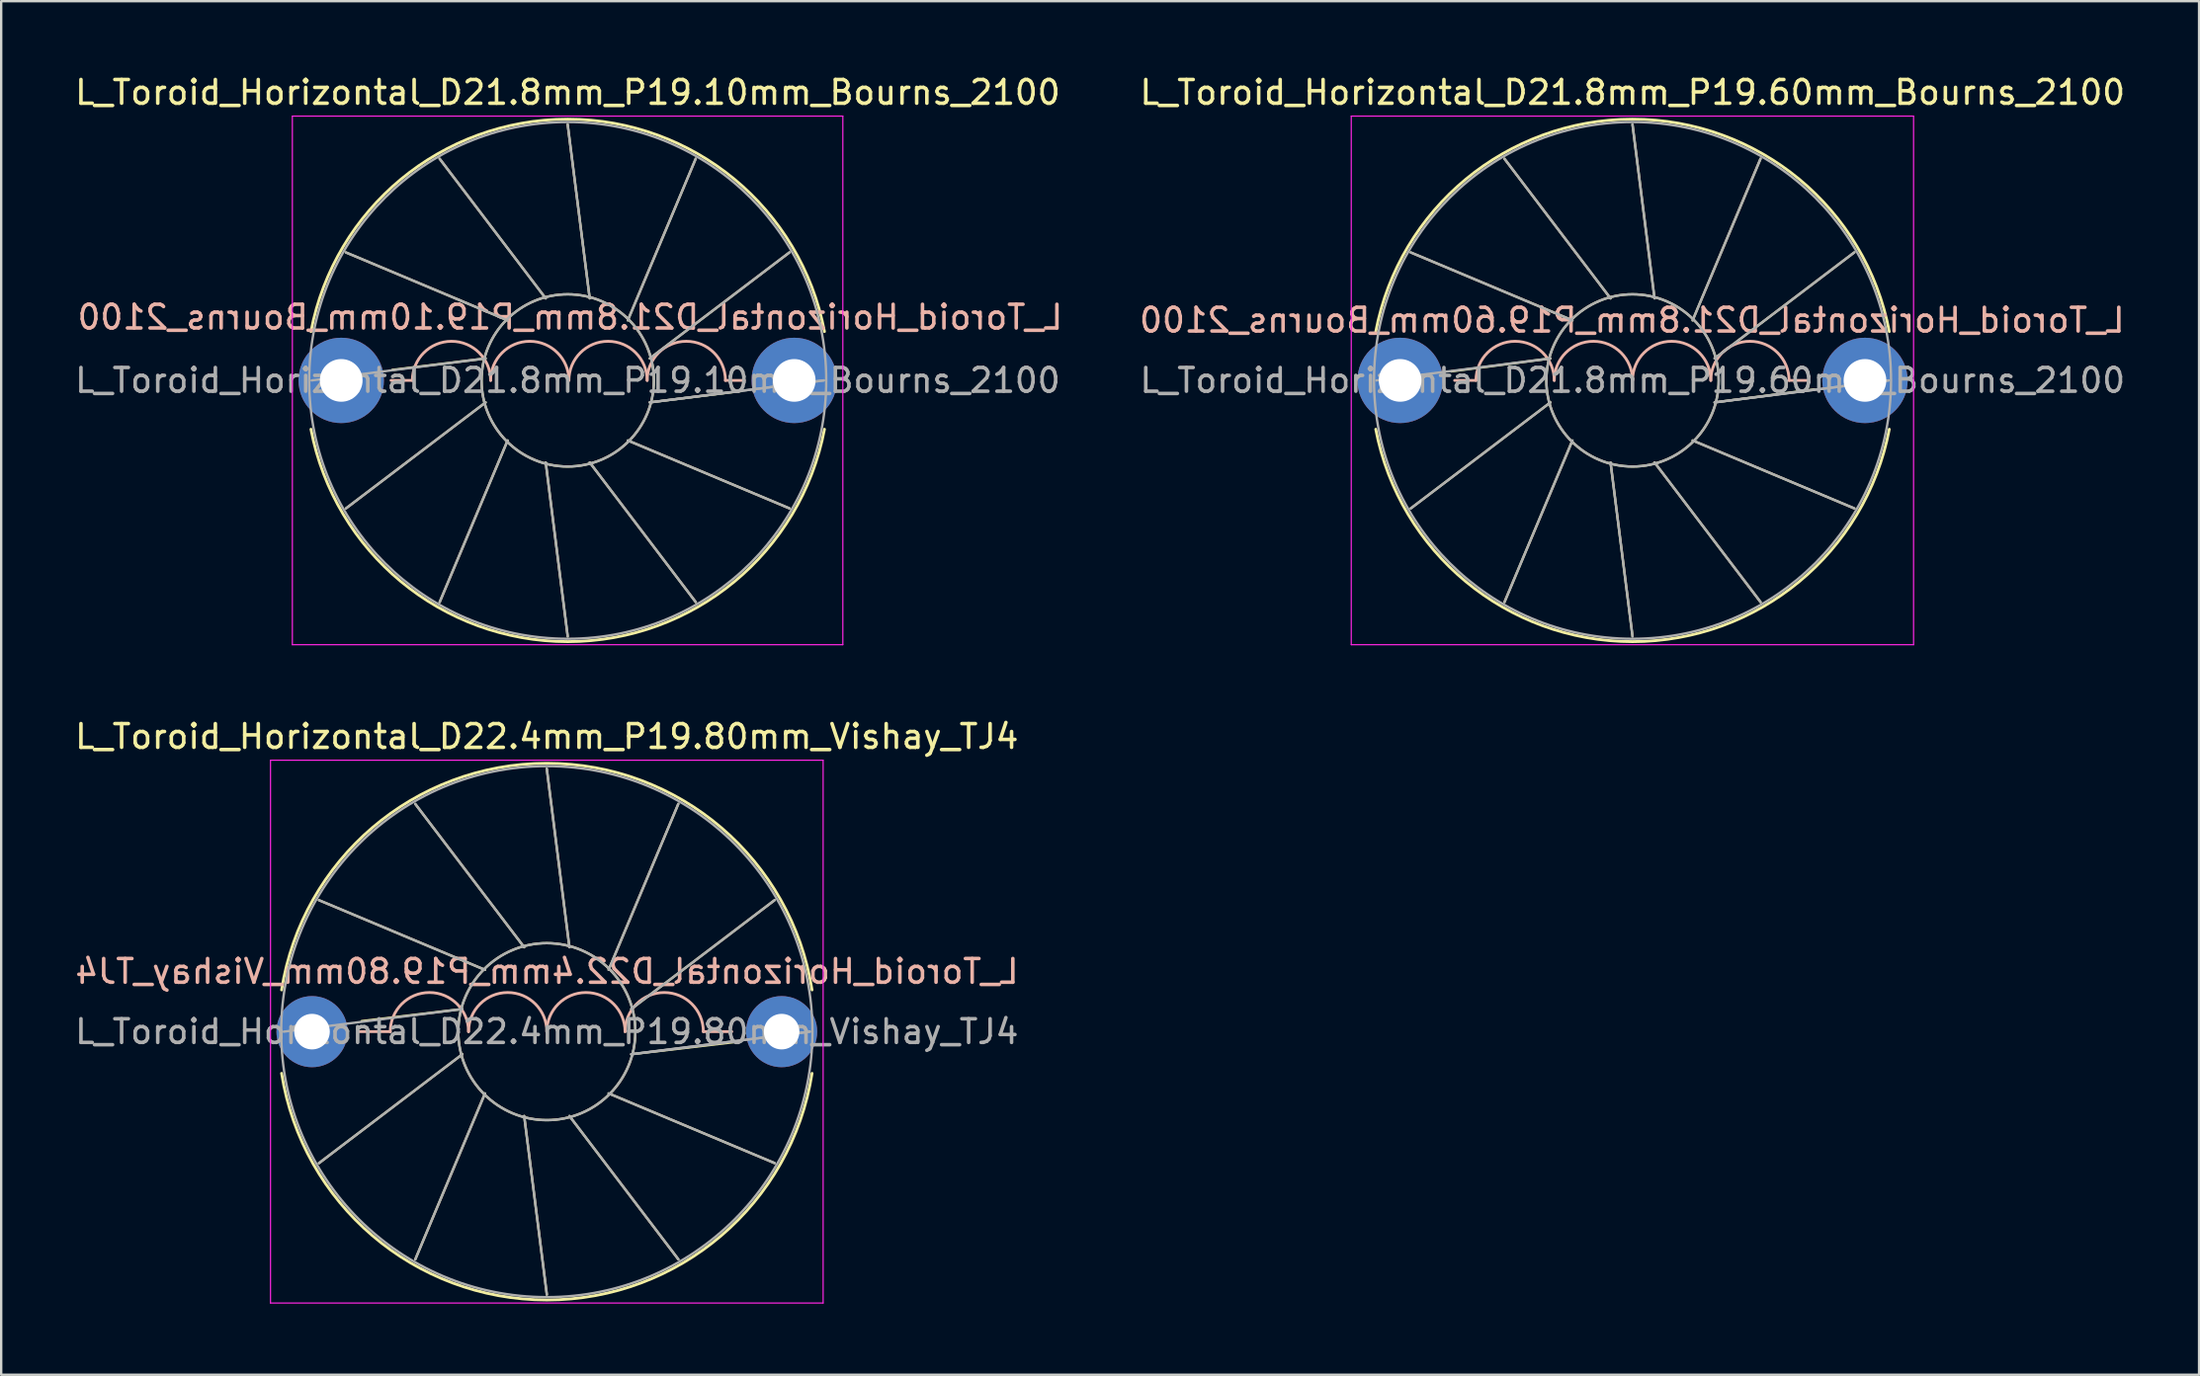
<source format=kicad_pcb>
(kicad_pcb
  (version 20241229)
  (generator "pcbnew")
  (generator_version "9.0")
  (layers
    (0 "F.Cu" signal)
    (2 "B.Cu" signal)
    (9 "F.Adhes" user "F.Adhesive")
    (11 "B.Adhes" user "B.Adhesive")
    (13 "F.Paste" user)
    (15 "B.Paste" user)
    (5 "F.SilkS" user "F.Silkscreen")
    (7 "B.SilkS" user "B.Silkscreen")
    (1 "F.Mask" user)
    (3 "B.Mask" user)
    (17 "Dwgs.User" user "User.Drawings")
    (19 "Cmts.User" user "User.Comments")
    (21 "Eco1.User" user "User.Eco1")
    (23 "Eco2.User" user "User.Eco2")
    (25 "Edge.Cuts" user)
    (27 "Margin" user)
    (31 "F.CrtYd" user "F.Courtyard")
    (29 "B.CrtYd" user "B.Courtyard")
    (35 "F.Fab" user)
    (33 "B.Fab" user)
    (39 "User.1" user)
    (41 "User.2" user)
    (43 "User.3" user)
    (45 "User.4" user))
  (footprint "L_Toroid_Horizontal_D21.8mm_P19.10mm_Bourns_2100"
    (layer "F.Cu")
    (at 11.337 12.998)
    (property "Reference" "L_Toroid_Horizontal_D21.8mm_P19.10mm_Bourns_2100" (at 9.55 -12.15 0) (layer "F.SilkS") (effects (font (size 1 1) (thickness 0.15))))
    (fp_line (start 0.197 -5.399) (end 7.016 -2.534) (stroke (width 0.1) (type solid)) (layer "F.SilkS"))
    (fp_line (start 0.198 5.401) (end 6.089 0.928) (stroke (width 0.1) (type solid)) (layer "F.SilkS"))
    (fp_line (start 2.159 -0.445) (end 6.088 -0.927) (stroke (width 0.1) (type solid)) (layer "F.SilkS"))
    (fp_line (start 4.149 -9.352) (end 8.622 -3.461) (stroke (width 0.1) (type solid)) (layer "F.SilkS"))
    (fp_line (start 4.151 9.353) (end 7.016 2.534) (stroke (width 0.1) (type solid)) (layer "F.SilkS"))
    (fp_line (start 9.548 -10.8) (end 10.477 -3.462) (stroke (width 0.1) (type solid)) (layer "F.SilkS"))
    (fp_line (start 9.55 10.8) (end 8.623 3.462) (stroke (width 0.1) (type solid)) (layer "F.SilkS"))
    (fp_line (start 14.948 -9.354) (end 12.084 -2.534) (stroke (width 0.1) (type solid)) (layer "F.SilkS"))
    (fp_line (start 14.95 9.353) (end 10.478 3.461) (stroke (width 0.1) (type solid)) (layer "F.SilkS"))
    (fp_line (start 16.891 0.445) (end 13.011 0.927) (stroke (width 0.1) (type solid)) (layer "F.SilkS"))
    (fp_line (start 18.902 -5.401) (end 13.011 -0.928) (stroke (width 0.1) (type solid)) (layer "F.SilkS"))
    (fp_line (start 18.903 5.4) (end 12.084 2.534) (stroke (width 0.1) (type solid)) (layer "F.SilkS"))
    (fp_arc (start -1.275747 -2.06) (mid 9.55 -11.02) (end 20.375747 -2.06) (stroke (width 0.12) (type solid)) (layer "F.SilkS"))
    (fp_arc (start 20.375747 2.06) (mid 9.55 11.02) (end -1.275747 2.06) (stroke (width 0.12) (type solid)) (layer "F.SilkS"))
    (fp_circle (center 9.55 0) (end 13.183 0) (stroke (width 0.1) (type solid)) (fill no) (layer "F.SilkS"))
    (fp_line (start 2.1 0) (end 3 0) (stroke (width 0.12) (type solid)) (layer "B.SilkS"))
    (fp_line (start 16.2 0) (end 17 0) (stroke (width 0.12) (type solid)) (layer "B.SilkS"))
    (fp_arc (start 3 0) (mid 4.65 -1.65) (end 6.3 0) (stroke (width 0.12) (type solid)) (layer "B.SilkS"))
    (fp_arc (start 6.3 0) (mid 7.95 -1.65) (end 9.6 0) (stroke (width 0.12) (type solid)) (layer "B.SilkS"))
    (fp_arc (start 9.6 0) (mid 11.25 -1.65) (end 12.9 0) (stroke (width 0.12) (type solid)) (layer "B.SilkS"))
    (fp_arc (start 12.9 0) (mid 14.55 -1.65) (end 16.2 0) (stroke (width 0.12) (type solid)) (layer "B.SilkS"))
    (fp_line (start -2.06 -11.15) (end -2.06 11.15) (stroke (width 0.05) (type solid)) (layer "F.CrtYd"))
    (fp_line (start -2.06 11.15) (end 21.15 11.15) (stroke (width 0.05) (type solid)) (layer "F.CrtYd"))
    (fp_line (start 21.15 -11.15) (end -2.06 -11.15) (stroke (width 0.05) (type solid)) (layer "F.CrtYd"))
    (fp_line (start 21.15 11.15) (end 21.15 -11.15) (stroke (width 0.05) (type solid)) (layer "F.CrtYd"))
    (fp_line (start -1.25 0.001) (end 6.088 -0.927) (stroke (width 0.1) (type solid)) (layer "F.Fab"))
    (fp_line (start 0.197 -5.399) (end 7.016 -2.534) (stroke (width 0.1) (type solid)) (layer "F.Fab"))
    (fp_line (start 0.198 5.401) (end 6.089 0.928) (stroke (width 0.1) (type solid)) (layer "F.Fab"))
    (fp_line (start 4.149 -9.352) (end 8.622 -3.461) (stroke (width 0.1) (type solid)) (layer "F.Fab"))
    (fp_line (start 4.151 9.353) (end 7.016 2.534) (stroke (width 0.1) (type solid)) (layer "F.Fab"))
    (fp_line (start 9.548 -10.8) (end 10.477 -3.462) (stroke (width 0.1) (type solid)) (layer "F.Fab"))
    (fp_line (start 9.55 10.8) (end 8.623 3.462) (stroke (width 0.1) (type solid)) (layer "F.Fab"))
    (fp_line (start 14.948 -9.354) (end 12.084 -2.534) (stroke (width 0.1) (type solid)) (layer "F.Fab"))
    (fp_line (start 14.95 9.353) (end 10.478 3.461) (stroke (width 0.1) (type solid)) (layer "F.Fab"))
    (fp_line (start 18.902 -5.401) (end 13.011 -0.928) (stroke (width 0.1) (type solid)) (layer "F.Fab"))
    (fp_line (start 18.903 5.4) (end 12.084 2.534) (stroke (width 0.1) (type solid)) (layer "F.Fab"))
    (fp_line (start 20.35 -0.002) (end 13.012 0.927) (stroke (width 0.1) (type solid)) (layer "F.Fab"))
    (fp_line (start 20.35 0) (end 13.011 0.927) (stroke (width 0.1) (type solid)) (layer "F.Fab"))
    (fp_circle (center 9.55 0) (end 13.183 0) (stroke (width 0.1) (type solid)) (fill no) (layer "F.Fab"))
    (fp_circle (center 9.55 0) (end 20.45 0) (stroke (width 0.1) (type solid)) (fill no) (layer "F.Fab"))
    (fp_text user "${REFERENCE}" (at 9.652 -2.667 0) (layer "B.SilkS") (effects (font (size 1 1) (thickness 0.15)) (justify mirror)))
    (fp_text user "${REFERENCE}" (at 9.55 0 0) (layer "F.Fab") (effects (font (size 1 1) (thickness 0.15))))
    (pad "1" thru_hole circle (at 0 0) (size 3.6 3.6) (drill 1.8) (layers "*.Cu" "*.Mask"))
    (pad "2" thru_hole circle (at 19.1 0) (size 3.6 3.6) (drill 1.8) (layers "*.Cu" "*.Mask")))
  (footprint "L_Toroid_Horizontal_D22.4mm_P19.80mm_Vishay_TJ4"
    (layer "F.Cu")
    (at 10.106 40.471)
    (property "Reference" "L_Toroid_Horizontal_D22.4mm_P19.80mm_Vishay_TJ4" (at 9.9 -12.45 0) (layer "F.SilkS") (effects (font (size 1 1) (thickness 0.15))))
    (fp_line (start 0.292 -5.546) (end 7.294 -2.606) (stroke (width 0.1) (type solid)) (layer "F.SilkS"))
    (fp_line (start 0.293 5.548) (end 6.34 0.954) (stroke (width 0.1) (type solid)) (layer "F.SilkS"))
    (fp_line (start 2.095 -0.445) (end 6.34 -0.954) (stroke (width 0.1) (type solid)) (layer "F.SilkS"))
    (fp_line (start 4.352 -9.607) (end 8.946 -3.56) (stroke (width 0.1) (type solid)) (layer "F.SilkS"))
    (fp_line (start 4.354 9.608) (end 7.294 2.606) (stroke (width 0.1) (type solid)) (layer "F.SilkS"))
    (fp_line (start 9.898 -11.094) (end 10.853 -3.56) (stroke (width 0.1) (type solid)) (layer "F.SilkS"))
    (fp_line (start 9.901 11.094) (end 8.946 3.56) (stroke (width 0.1) (type solid)) (layer "F.SilkS"))
    (fp_line (start 15.445 -9.608) (end 12.506 -2.607) (stroke (width 0.1) (type solid)) (layer "F.SilkS"))
    (fp_line (start 15.447 9.607) (end 10.854 3.56) (stroke (width 0.1) (type solid)) (layer "F.SilkS"))
    (fp_line (start 17.78 0.445) (end 13.46 0.954) (stroke (width 0.1) (type solid)) (layer "F.SilkS"))
    (fp_line (start 19.506 -5.548) (end 13.46 -0.955) (stroke (width 0.1) (type solid)) (layer "F.SilkS"))
    (fp_line (start 19.507 5.547) (end 12.506 2.606) (stroke (width 0.1) (type solid)) (layer "F.SilkS"))
    (fp_arc (start -1.282343 -1.76) (mid 9.9 -11.32) (end 21.082343 -1.76) (stroke (width 0.12) (type solid)) (layer "F.SilkS"))
    (fp_arc (start 21.082343 1.76) (mid 9.9 11.32) (end -1.282343 1.76) (stroke (width 0.12) (type solid)) (layer "F.SilkS"))
    (fp_circle (center 9.9 0) (end 13.633 0) (stroke (width 0.1) (type solid)) (fill no) (layer "F.SilkS"))
    (fp_line (start 2 0) (end 3.3 0) (stroke (width 0.12) (type solid)) (layer "B.SilkS"))
    (fp_line (start 16.5 0) (end 17.7 0) (stroke (width 0.12) (type solid)) (layer "B.SilkS"))
    (fp_arc (start 3.3 0) (mid 4.95 -1.65) (end 6.6 0) (stroke (width 0.12) (type solid)) (layer "B.SilkS"))
    (fp_arc (start 6.6 0) (mid 8.25 -1.65) (end 9.9 0) (stroke (width 0.12) (type solid)) (layer "B.SilkS"))
    (fp_arc (start 9.9 0) (mid 11.55 -1.65) (end 13.2 0) (stroke (width 0.12) (type solid)) (layer "B.SilkS"))
    (fp_arc (start 13.2 0) (mid 14.85 -1.65) (end 16.5 0) (stroke (width 0.12) (type solid)) (layer "B.SilkS"))
    (fp_line (start -1.75 -11.45) (end -1.75 11.45) (stroke (width 0.05) (type solid)) (layer "F.CrtYd"))
    (fp_line (start -1.75 11.45) (end 21.55 11.45) (stroke (width 0.05) (type solid)) (layer "F.CrtYd"))
    (fp_line (start 21.55 -11.45) (end -1.75 -11.45) (stroke (width 0.05) (type solid)) (layer "F.CrtYd"))
    (fp_line (start 21.55 11.45) (end 21.55 -11.45) (stroke (width 0.05) (type solid)) (layer "F.CrtYd"))
    (fp_line (start -1.194 0.001) (end 6.34 -0.954) (stroke (width 0.1) (type solid)) (layer "F.Fab"))
    (fp_line (start 0.292 -5.546) (end 7.294 -2.606) (stroke (width 0.1) (type solid)) (layer "F.Fab"))
    (fp_line (start 0.293 5.548) (end 6.34 0.954) (stroke (width 0.1) (type solid)) (layer "F.Fab"))
    (fp_line (start 4.352 -9.607) (end 8.946 -3.56) (stroke (width 0.1) (type solid)) (layer "F.Fab"))
    (fp_line (start 4.354 9.608) (end 7.294 2.606) (stroke (width 0.1) (type solid)) (layer "F.Fab"))
    (fp_line (start 9.898 -11.094) (end 10.853 -3.56) (stroke (width 0.1) (type solid)) (layer "F.Fab"))
    (fp_line (start 9.901 11.094) (end 8.946 3.56) (stroke (width 0.1) (type solid)) (layer "F.Fab"))
    (fp_line (start 15.445 -9.608) (end 12.506 -2.607) (stroke (width 0.1) (type solid)) (layer "F.Fab"))
    (fp_line (start 15.447 9.607) (end 10.854 3.56) (stroke (width 0.1) (type solid)) (layer "F.Fab"))
    (fp_line (start 19.506 -5.548) (end 13.46 -0.955) (stroke (width 0.1) (type solid)) (layer "F.Fab"))
    (fp_line (start 19.507 5.547) (end 12.506 2.606) (stroke (width 0.1) (type solid)) (layer "F.Fab"))
    (fp_line (start 20.994 -0.002) (end 13.46 0.953) (stroke (width 0.1) (type solid)) (layer "F.Fab"))
    (fp_line (start 20.994 0) (end 13.46 0.954) (stroke (width 0.1) (type solid)) (layer "F.Fab"))
    (fp_circle (center 9.9 0) (end 13.633 0) (stroke (width 0.1) (type solid)) (fill no) (layer "F.Fab"))
    (fp_circle (center 9.9 0) (end 21.1 0) (stroke (width 0.1) (type solid)) (fill no) (layer "F.Fab"))
    (fp_text user "${REFERENCE}" (at 9.906 -2.54 0) (layer "B.SilkS") (effects (font (size 1 1) (thickness 0.15)) (justify mirror)))
    (fp_text user "${REFERENCE}" (at 9.9 0 0) (layer "F.Fab") (effects (font (size 1 1) (thickness 0.15))))
    (pad "1" thru_hole circle (at 0 0) (size 3 3) (drill 1.5) (layers "*.Cu" "*.Mask"))
    (pad "2" thru_hole circle (at 19.8 0) (size 3 3) (drill 1.5) (layers "*.Cu" "*.Mask")))
  (footprint "L_Toroid_Horizontal_D21.8mm_P19.60mm_Bourns_2100"
    (layer "F.Cu")
    (at 55.984 12.998)
    (property "Reference" "L_Toroid_Horizontal_D21.8mm_P19.60mm_Bourns_2100" (at 9.8 -12.15 0) (layer "F.SilkS") (effects (font (size 1 1) (thickness 0.15))))
    (fp_line (start 0.447 -5.399) (end 7.266 -2.534) (stroke (width 0.1) (type solid)) (layer "F.SilkS"))
    (fp_line (start 0.448 5.401) (end 6.339 0.928) (stroke (width 0.1) (type solid)) (layer "F.SilkS"))
    (fp_line (start 2.159 -0.381) (end 6.338 -0.927) (stroke (width 0.1) (type solid)) (layer "F.SilkS"))
    (fp_line (start 4.399 -9.352) (end 8.872 -3.461) (stroke (width 0.1) (type solid)) (layer "F.SilkS"))
    (fp_line (start 4.401 9.353) (end 7.266 2.534) (stroke (width 0.1) (type solid)) (layer "F.SilkS"))
    (fp_line (start 9.798 -10.8) (end 10.727 -3.462) (stroke (width 0.1) (type solid)) (layer "F.SilkS"))
    (fp_line (start 9.8 10.8) (end 8.873 3.462) (stroke (width 0.1) (type solid)) (layer "F.SilkS"))
    (fp_line (start 15.198 -9.354) (end 12.334 -2.534) (stroke (width 0.1) (type solid)) (layer "F.SilkS"))
    (fp_line (start 15.2 9.353) (end 10.728 3.461) (stroke (width 0.1) (type solid)) (layer "F.SilkS"))
    (fp_line (start 17.462 0.381) (end 13.262 0.927) (stroke (width 0.1) (type solid)) (layer "F.SilkS"))
    (fp_line (start 19.152 -5.401) (end 13.261 -0.928) (stroke (width 0.1) (type solid)) (layer "F.SilkS"))
    (fp_line (start 19.153 5.4) (end 12.334 2.534) (stroke (width 0.1) (type solid)) (layer "F.SilkS"))
    (fp_arc (start -1.025747 -2.06) (mid 9.8 -11.02) (end 20.625747 -2.06) (stroke (width 0.12) (type solid)) (layer "F.SilkS"))
    (fp_arc (start 20.625747 2.06) (mid 9.8 11.02) (end -1.025747 2.06) (stroke (width 0.12) (type solid)) (layer "F.SilkS"))
    (fp_circle (center 9.8 0) (end 13.433 0) (stroke (width 0.1) (type solid)) (fill no) (layer "F.SilkS"))
    (fp_line (start 2.3 0) (end 3.2 0) (stroke (width 0.12) (type solid)) (layer "B.SilkS"))
    (fp_line (start 16.4 0) (end 17.2 0) (stroke (width 0.12) (type solid)) (layer "B.SilkS"))
    (fp_arc (start 3.2 0) (mid 4.85 -1.65) (end 6.5 0) (stroke (width 0.12) (type solid)) (layer "B.SilkS"))
    (fp_arc (start 6.5 0) (mid 8.15 -1.65) (end 9.8 0) (stroke (width 0.12) (type solid)) (layer "B.SilkS"))
    (fp_arc (start 9.8 0) (mid 11.45 -1.65) (end 13.1 0) (stroke (width 0.12) (type solid)) (layer "B.SilkS"))
    (fp_arc (start 13.1 0) (mid 14.75 -1.65) (end 16.4 0) (stroke (width 0.12) (type solid)) (layer "B.SilkS"))
    (fp_line (start -2.06 -11.15) (end -2.06 11.15) (stroke (width 0.05) (type solid)) (layer "F.CrtYd"))
    (fp_line (start -2.06 11.15) (end 21.65 11.15) (stroke (width 0.05) (type solid)) (layer "F.CrtYd"))
    (fp_line (start 21.65 -11.15) (end -2.06 -11.15) (stroke (width 0.05) (type solid)) (layer "F.CrtYd"))
    (fp_line (start 21.65 11.15) (end 21.65 -11.15) (stroke (width 0.05) (type solid)) (layer "F.CrtYd"))
    (fp_line (start -1 0.001) (end 6.338 -0.927) (stroke (width 0.1) (type solid)) (layer "F.Fab"))
    (fp_line (start 0.447 -5.399) (end 7.266 -2.534) (stroke (width 0.1) (type solid)) (layer "F.Fab"))
    (fp_line (start 0.448 5.401) (end 6.339 0.928) (stroke (width 0.1) (type solid)) (layer "F.Fab"))
    (fp_line (start 4.399 -9.352) (end 8.872 -3.461) (stroke (width 0.1) (type solid)) (layer "F.Fab"))
    (fp_line (start 4.401 9.353) (end 7.266 2.534) (stroke (width 0.1) (type solid)) (layer "F.Fab"))
    (fp_line (start 9.798 -10.8) (end 10.727 -3.462) (stroke (width 0.1) (type solid)) (layer "F.Fab"))
    (fp_line (start 9.8 10.8) (end 8.873 3.462) (stroke (width 0.1) (type solid)) (layer "F.Fab"))
    (fp_line (start 15.198 -9.354) (end 12.334 -2.534) (stroke (width 0.1) (type solid)) (layer "F.Fab"))
    (fp_line (start 15.2 9.353) (end 10.728 3.461) (stroke (width 0.1) (type solid)) (layer "F.Fab"))
    (fp_line (start 19.152 -5.401) (end 13.261 -0.928) (stroke (width 0.1) (type solid)) (layer "F.Fab"))
    (fp_line (start 19.153 5.4) (end 12.334 2.534) (stroke (width 0.1) (type solid)) (layer "F.Fab"))
    (fp_line (start 20.6 -0.002) (end 13.262 0.927) (stroke (width 0.1) (type solid)) (layer "F.Fab"))
    (fp_line (start 20.6 0) (end 13.261 0.927) (stroke (width 0.1) (type solid)) (layer "F.Fab"))
    (fp_circle (center 9.8 0) (end 13.433 0) (stroke (width 0.1) (type solid)) (fill no) (layer "F.Fab"))
    (fp_circle (center 9.8 0) (end 20.7 0) (stroke (width 0.1) (type solid)) (fill no) (layer "F.Fab"))
    (fp_text user "${REFERENCE}" (at 9.779 -2.54 0) (layer "B.SilkS") (effects (font (size 1 1) (thickness 0.15)) (justify mirror)))
    (fp_text user "${REFERENCE}" (at 9.8 0 0) (layer "F.Fab") (effects (font (size 1 1) (thickness 0.15))))
    (pad "1" thru_hole circle (at 0 0) (size 3.6 3.6) (drill 1.8) (layers "*.Cu" "*.Mask"))
    (pad "2" thru_hole circle (at 19.6 0) (size 3.6 3.6) (drill 1.8) (layers "*.Cu" "*.Mask")))
  (gr_rect
    (start -3 -3)
    (end 89.671 54.947)
    (stroke (width 0.1) (type default))
    (fill no)
    (layer "Edge.Cuts")))
</source>
